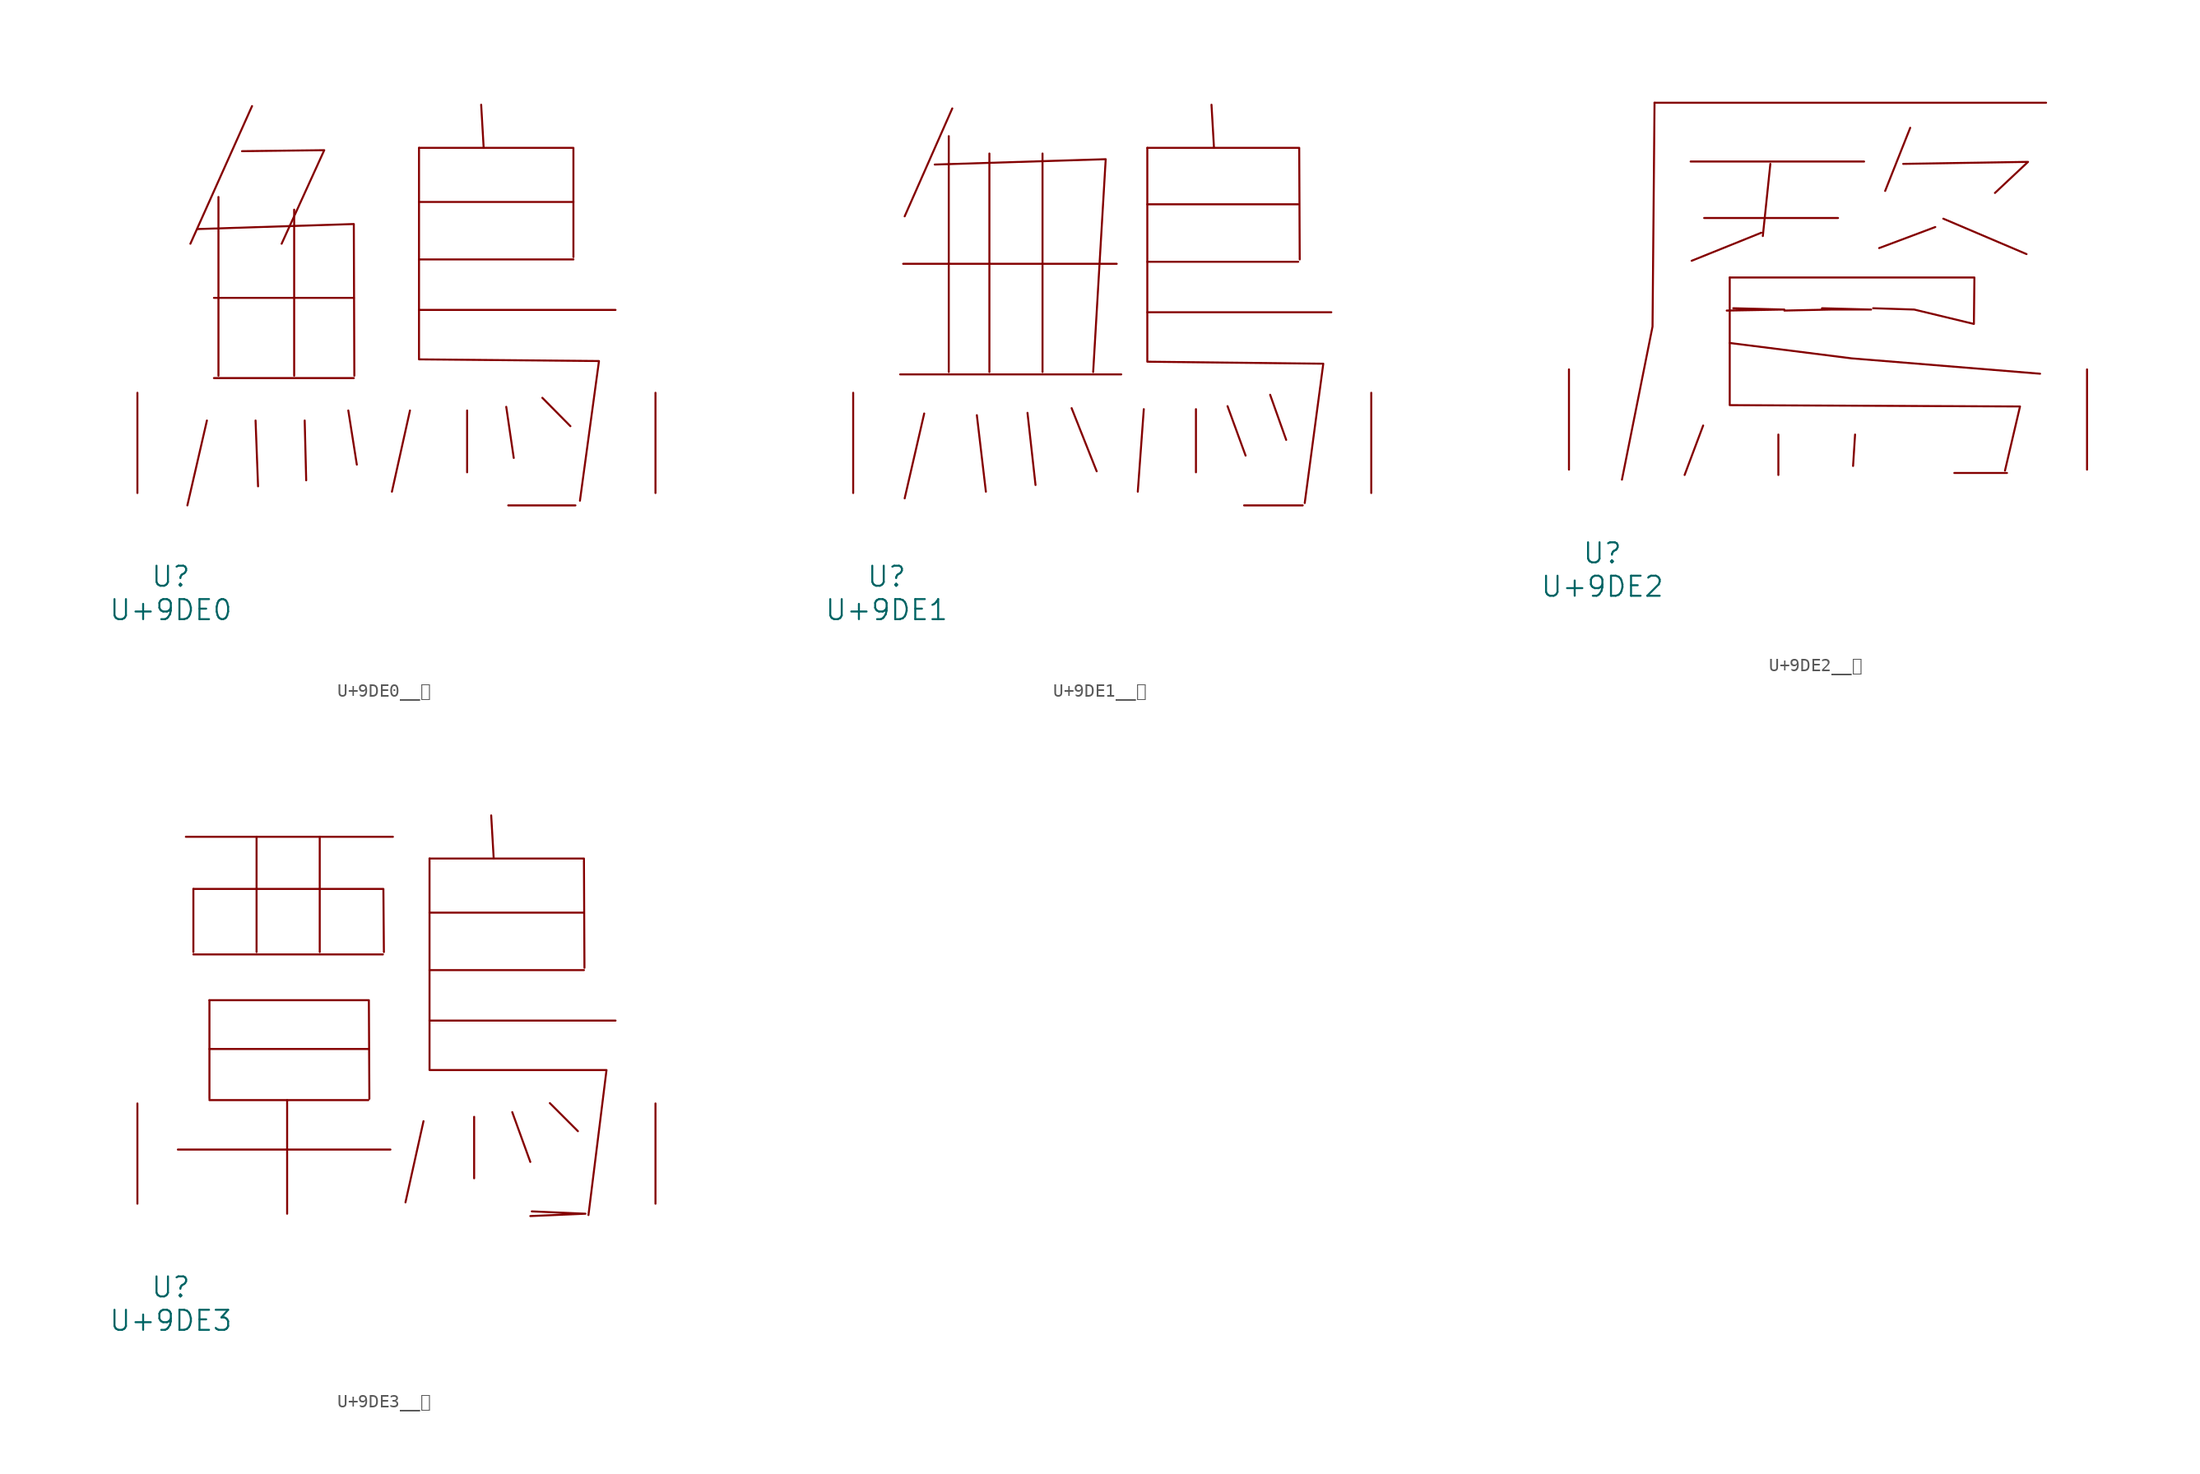
<source format=kicad_sym>
(kicad_symbol_lib
  (version 20231120)
  (generator "kicad_symbol_editor")
  (generator_version "8.0")
  (symbol "U+9DE0__鷠"
    (pin_names
      (offset 1.016))
    (property "Reference" "U"
      (at 0 -6.35 0)
      (effects (font (size 1.524 1.524))))
    (property "Value" "U+9DE0"
      (at 0 -8.89 0)
      (effects (font (size 1.524 1.524))))
    (symbol "U+9DE0__鷠_0_1"
      (polyline (pts (xy 2.743 5.512) (xy 1.257 -0.94)) (stroke (width 0) (type solid)) (fill (type none)))
      (polyline (pts (xy 3.277 8.738) (xy 13.906 8.738)) (stroke (width 0) (type solid)) (fill (type none)))
      (polyline (pts (xy 3.277 14.834) (xy 13.906 14.834)) (stroke (width 0) (type solid)) (fill (type none)))
      (polyline (pts (xy 3.619 22.504) (xy 3.619 8.915)) (stroke (width 0) (type solid)) (fill (type none)))
      (polyline (pts (xy 6.172 29.413) (xy 1.486 18.948)) (stroke (width 0) (type solid)) (fill (type none)))
      (polyline (pts (xy 6.439 5.512) (xy 6.629 0.508)) (stroke (width 0) (type solid)) (fill (type none)))
      (polyline (pts (xy 9.373 21.539) (xy 9.373 8.915)) (stroke (width 0) (type solid)) (fill (type none)))
      (polyline (pts (xy 10.173 5.512) (xy 10.287 0.965)) (stroke (width 0) (type solid)) (fill (type none)))
      (polyline (pts (xy 13.487 6.274) (xy 14.135 2.159)) (stroke (width 0) (type solid)) (fill (type none)))
      (polyline (pts (xy 18.174 6.274) (xy 16.802 0.102)) (stroke (width 0) (type solid)) (fill (type none)))
      (polyline (pts (xy 18.86 13.919) (xy 33.795 13.919)) (stroke (width 0) (type solid)) (fill (type none)))
      (polyline (pts (xy 18.86 17.755) (xy 30.594 17.755)) (stroke (width 0) (type solid)) (fill (type none)))
      (polyline (pts (xy 18.86 22.123) (xy 30.594 22.123)) (stroke (width 0) (type solid)) (fill (type none)))
      (polyline (pts (xy 22.517 6.274) (xy 22.517 1.575)) (stroke (width 0) (type solid)) (fill (type none)))
      (polyline (pts (xy 23.584 29.515) (xy 23.774 26.238)) (stroke (width 0) (type solid)) (fill (type none)))
      (polyline (pts (xy 25.489 6.553) (xy 26.06 2.667)) (stroke (width 0) (type solid)) (fill (type none)))
      (polyline (pts (xy 25.641 -0.94) (xy 30.747 -0.94)) (stroke (width 0) (type solid)) (fill (type none)))
      (polyline (pts (xy 28.232 7.239) (xy 30.366 5.08)) (stroke (width 0) (type solid)) (fill (type none)))
      (polyline (pts (xy 2.057 20.066) (xy 13.906 20.447) (xy 13.945 8.915)) (stroke (width 0) (type solid)) (fill (type none)))
      (polyline (pts (xy 5.41 25.984) (xy 11.659 26.06) (xy 8.42 18.948)) (stroke (width 0) (type solid)) (fill (type none)))
      (polyline (pts (xy 18.86 26.238) (xy 30.594 26.238) (xy 30.594 17.932)) (stroke (width 0) (type solid)) (fill (type none)))
      (polyline (pts (xy 18.86 26.238) (xy 18.86 10.16) (xy 32.537 10.033) (xy 31.09 -0.584)) (stroke (width 0) (type solid)) (fill (type none)))
      (pin input line (at -2.54 0 90) (length 7.62) (name "~" (effects (font (size 1.27 1.27)))) (number "~" (effects (font (size 1.27 1.27)))))
      (pin input line (at 36.83 0 90) (length 7.62) (name "~" (effects (font (size 1.27 1.27)))) (number "~" (effects (font (size 1.27 1.27)))))))
  (symbol "U+9DE1__鷡"
    (pin_names
      (offset 1.016))
    (property "Reference" "U"
      (at 0 -6.35 0)
      (effects (font (size 1.524 1.524))))
    (property "Value" "U+9DE1"
      (at 0 -8.89 0)
      (effects (font (size 1.524 1.524))))
    (symbol "U+9DE1__鷡_0_1"
      (polyline (pts (xy 1.029 9.017) (xy 17.831 9.017)) (stroke (width 0) (type solid)) (fill (type none)))
      (polyline (pts (xy 1.257 17.424) (xy 17.488 17.424)) (stroke (width 0) (type solid)) (fill (type none)))
      (polyline (pts (xy 2.857 6.045) (xy 1.372 -0.406)) (stroke (width 0) (type solid)) (fill (type none)))
      (polyline (pts (xy 4.724 27.127) (xy 4.724 9.195)) (stroke (width 0) (type solid)) (fill (type none)))
      (polyline (pts (xy 4.991 29.235) (xy 1.372 21.031)) (stroke (width 0) (type solid)) (fill (type none)))
      (polyline (pts (xy 6.858 5.918) (xy 7.544 0.102)) (stroke (width 0) (type solid)) (fill (type none)))
      (polyline (pts (xy 7.811 25.806) (xy 7.811 9.195)) (stroke (width 0) (type solid)) (fill (type none)))
      (polyline (pts (xy 10.706 6.096) (xy 11.316 0.61)) (stroke (width 0) (type solid)) (fill (type none)))
      (polyline (pts (xy 11.849 25.806) (xy 11.849 9.195)) (stroke (width 0) (type solid)) (fill (type none)))
      (polyline (pts (xy 14.059 6.452) (xy 15.964 1.651)) (stroke (width 0) (type solid)) (fill (type none)))
      (polyline (pts (xy 19.545 6.375) (xy 19.088 0.102)) (stroke (width 0) (type solid)) (fill (type none)))
      (polyline (pts (xy 19.812 13.741) (xy 33.795 13.741)) (stroke (width 0) (type solid)) (fill (type none)))
      (polyline (pts (xy 19.812 17.577) (xy 31.28 17.577)) (stroke (width 0) (type solid)) (fill (type none)))
      (polyline (pts (xy 19.812 21.946) (xy 31.28 21.946)) (stroke (width 0) (type solid)) (fill (type none)))
      (polyline (pts (xy 23.508 6.375) (xy 23.508 1.575)) (stroke (width 0) (type solid)) (fill (type none)))
      (polyline (pts (xy 24.689 29.515) (xy 24.879 26.238)) (stroke (width 0) (type solid)) (fill (type none)))
      (polyline (pts (xy 25.908 6.604) (xy 27.28 2.845)) (stroke (width 0) (type solid)) (fill (type none)))
      (polyline (pts (xy 27.165 -0.94) (xy 31.623 -0.94)) (stroke (width 0) (type solid)) (fill (type none)))
      (polyline (pts (xy 29.146 7.468) (xy 30.366 4.039)) (stroke (width 0) (type solid)) (fill (type none)))
      (polyline (pts (xy 3.658 24.968) (xy 16.65 25.375) (xy 15.697 9.195)) (stroke (width 0) (type solid)) (fill (type none)))
      (polyline (pts (xy 19.812 26.238) (xy 31.356 26.238) (xy 31.394 17.755)) (stroke (width 0) (type solid)) (fill (type none)))
      (polyline (pts (xy 19.812 26.238) (xy 19.812 9.982) (xy 33.185 9.83) (xy 31.775 -0.762)) (stroke (width 0) (type solid)) (fill (type none)))
      (pin input line (at -2.54 0 90) (length 7.62) (name "~" (effects (font (size 1.27 1.27)))) (number "~" (effects (font (size 1.27 1.27)))))
      (pin input line (at 36.83 0 90) (length 7.62) (name "~" (effects (font (size 1.27 1.27)))) (number "~" (effects (font (size 1.27 1.27)))))))
  (symbol "U+9DE2__鷢"
    (pin_names
      (offset 1.016))
    (property "Reference" "U"
      (at 0 -6.35 0)
      (effects (font (size 1.524 1.524))))
    (property "Value" "U+9DE2"
      (at 0 -8.89 0)
      (effects (font (size 1.524 1.524))))
    (symbol "U+9DE2__鷢_0_1"
      (polyline (pts (xy 3.962 27.889) (xy 33.718 27.889)) (stroke (width 0) (type solid)) (fill (type none)))
      (polyline (pts (xy 6.706 23.419) (xy 19.888 23.419)) (stroke (width 0) (type solid)) (fill (type none)))
      (polyline (pts (xy 7.658 3.353) (xy 6.248 -0.406)) (stroke (width 0) (type solid)) (fill (type none)))
      (polyline (pts (xy 7.734 19.126) (xy 17.907 19.126)) (stroke (width 0) (type solid)) (fill (type none)))
      (polyline (pts (xy 12.078 18.009) (xy 6.782 15.875)) (stroke (width 0) (type solid)) (fill (type none)))
      (polyline (pts (xy 12.764 23.241) (xy 12.192 17.755)) (stroke (width 0) (type solid)) (fill (type none)))
      (polyline (pts (xy 13.373 2.667) (xy 13.373 -0.406)) (stroke (width 0) (type solid)) (fill (type none)))
      (polyline (pts (xy 19.202 2.667) (xy 19.05 0.279)) (stroke (width 0) (type solid)) (fill (type none)))
      (polyline (pts (xy 23.393 25.984) (xy 21.488 21.184)) (stroke (width 0) (type solid)) (fill (type none)))
      (polyline (pts (xy 25.298 18.44) (xy 21.031 16.84)) (stroke (width 0) (type solid)) (fill (type none)))
      (polyline (pts (xy 25.908 19.075) (xy 32.233 16.383)) (stroke (width 0) (type solid)) (fill (type none)))
      (polyline (pts (xy 26.746 -0.254) (xy 30.747 -0.254)) (stroke (width 0) (type solid)) (fill (type none)))
      (polyline (pts (xy 3.962 27.889) (xy 3.81 10.871) (xy 1.486 -0.762)) (stroke (width 0) (type solid)) (fill (type none)))
      (polyline (pts (xy 9.677 9.627) (xy 18.936 8.458) (xy 33.261 7.29)) (stroke (width 0) (type solid)) (fill (type none)))
      (polyline (pts (xy 9.944 12.268) (xy 13.83 12.167) (xy 9.449 12.09)) (stroke (width 0) (type solid)) (fill (type none)))
      (polyline (pts (xy 22.86 23.241) (xy 32.347 23.393) (xy 29.832 21.031)) (stroke (width 0) (type solid)) (fill (type none)))
      (polyline (pts (xy 9.677 14.605) (xy 9.677 4.902) (xy 31.737 4.801) (xy 30.594 -0.076)) (stroke (width 0) (type solid)) (fill (type none)))
      (polyline (pts (xy 13.83 12.09) (xy 17.335 12.167) (xy 20.422 12.167) (xy 16.688 12.268)) (stroke (width 0) (type solid)) (fill (type none)))
      (polyline (pts (xy 9.677 14.605) (xy 28.27 14.605) (xy 28.232 11.074) (xy 23.698 12.167) (xy 20.574 12.268)) (stroke (width 0) (type solid)) (fill (type none)))
      (pin input line (at -2.54 0 90) (length 7.62) (name "~" (effects (font (size 1.27 1.27)))) (number "~" (effects (font (size 1.27 1.27)))))
      (pin input line (at 36.83 0 90) (length 7.62) (name "~" (effects (font (size 1.27 1.27)))) (number "~" (effects (font (size 1.27 1.27)))))))
  (symbol "U+9DE3__鷣"
    (pin_names
      (offset 1.016))
    (property "Reference" "U"
      (at 0 -6.35 0)
      (effects (font (size 1.524 1.524))))
    (property "Value" "U+9DE3"
      (at 0 -8.89 0)
      (effects (font (size 1.524 1.524))))
    (symbol "U+9DE3__鷣_0_1"
      (polyline (pts (xy 0.533 4.115) (xy 16.688 4.115)) (stroke (width 0) (type solid)) (fill (type none)))
      (polyline (pts (xy 1.143 27.889) (xy 16.878 27.889)) (stroke (width 0) (type solid)) (fill (type none)))
      (polyline (pts (xy 1.714 18.948) (xy 16.116 18.948)) (stroke (width 0) (type solid)) (fill (type none)))
      (polyline (pts (xy 1.714 23.927) (xy 1.714 19.126)) (stroke (width 0) (type solid)) (fill (type none)))
      (polyline (pts (xy 2.934 7.874) (xy 15.011 7.874)) (stroke (width 0) (type solid)) (fill (type none)))
      (polyline (pts (xy 2.934 11.76) (xy 15.011 11.76)) (stroke (width 0) (type solid)) (fill (type none)))
      (polyline (pts (xy 2.934 15.469) (xy 2.934 7.976)) (stroke (width 0) (type solid)) (fill (type none)))
      (polyline (pts (xy 6.515 27.889) (xy 6.515 19.126)) (stroke (width 0) (type solid)) (fill (type none)))
      (polyline (pts (xy 8.839 7.874) (xy 8.839 -0.762)) (stroke (width 0) (type solid)) (fill (type none)))
      (polyline (pts (xy 11.316 27.889) (xy 11.316 19.126)) (stroke (width 0) (type solid)) (fill (type none)))
      (polyline (pts (xy 19.202 6.274) (xy 17.831 0.102)) (stroke (width 0) (type solid)) (fill (type none)))
      (polyline (pts (xy 19.66 13.919) (xy 33.795 13.919)) (stroke (width 0) (type solid)) (fill (type none)))
      (polyline (pts (xy 19.66 17.755) (xy 31.394 17.755)) (stroke (width 0) (type solid)) (fill (type none)))
      (polyline (pts (xy 19.66 22.123) (xy 31.394 22.123)) (stroke (width 0) (type solid)) (fill (type none)))
      (polyline (pts (xy 23.05 6.604) (xy 23.05 1.93)) (stroke (width 0) (type solid)) (fill (type none)))
      (polyline (pts (xy 24.346 29.515) (xy 24.536 26.238)) (stroke (width 0) (type solid)) (fill (type none)))
      (polyline (pts (xy 25.946 6.96) (xy 27.318 3.175)) (stroke (width 0) (type solid)) (fill (type none)))
      (polyline (pts (xy 28.804 7.645) (xy 30.937 5.512)) (stroke (width 0) (type solid)) (fill (type none)))
      (polyline (pts (xy 1.714 23.927) (xy 16.154 23.927) (xy 16.192 19.126)) (stroke (width 0) (type solid)) (fill (type none)))
      (polyline (pts (xy 2.934 15.469) (xy 15.05 15.469) (xy 15.088 7.976)) (stroke (width 0) (type solid)) (fill (type none)))
      (polyline (pts (xy 19.66 26.238) (xy 31.394 26.238) (xy 31.433 17.932)) (stroke (width 0) (type solid)) (fill (type none)))
      (polyline (pts (xy 27.318 -0.94) (xy 31.509 -0.762) (xy 27.432 -0.584)) (stroke (width 0) (type solid)) (fill (type none)))
      (polyline (pts (xy 19.66 26.238) (xy 19.66 10.16) (xy 33.109 10.16) (xy 31.737 -0.864)) (stroke (width 0) (type solid)) (fill (type none)))
      (pin input line (at -2.54 0 90) (length 7.62) (name "~" (effects (font (size 1.27 1.27)))) (number "~" (effects (font (size 1.27 1.27)))))
      (pin input line (at 36.83 0 90) (length 7.62) (name "~" (effects (font (size 1.27 1.27)))) (number "~" (effects (font (size 1.27 1.27))))))))
</source>
